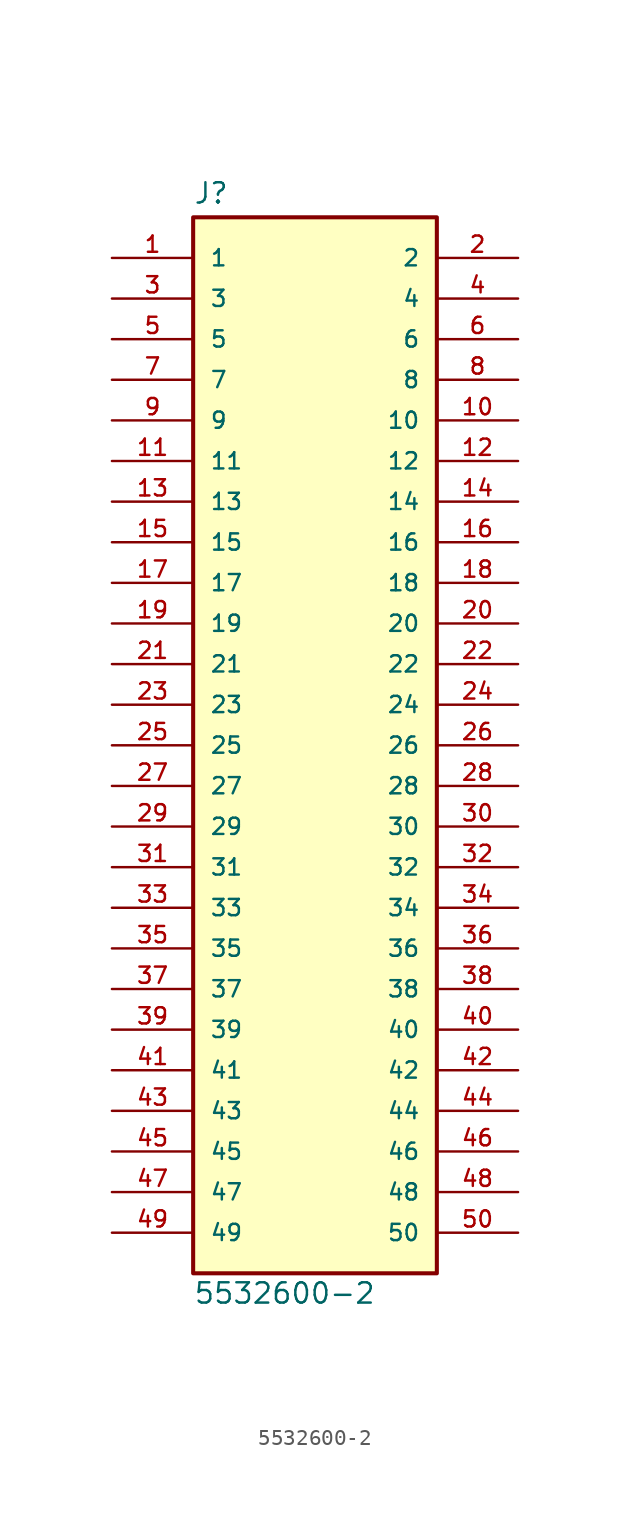
<source format=kicad_sym>
(kicad_symbol_lib
  (version 20211014)
  (generator kicad_symbol_editor)
  (symbol "5532600-2"
    (pin_names
      (offset 1.016))
    (property "Reference" "J"
      (at -7.62 33.782 0)
      (effects (font (size 1.27 1.27)) (justify bottom left)))
    (property "Value" "5532600-2"
      (at -7.62 -33.528 0)
      (effects (font (size 1.27 1.27)) (justify top left)))
    (symbol "5532600-2_0_0"
      (rectangle (start -7.62 -33.02) (end 7.62 33.02) (stroke (width 0.254)) (fill (type background)))
      (pin passive line (at -12.7 30.48 0) (length 5.08) (name "1" (effects (font (size 1.016 1.016)))) (number "1" (effects (font (size 1.016 1.016)))))
      (pin passive line (at 12.7 30.48 180.0) (length 5.08) (name "2" (effects (font (size 1.016 1.016)))) (number "2" (effects (font (size 1.016 1.016)))))
      (pin passive line (at -12.7 27.94 0) (length 5.08) (name "3" (effects (font (size 1.016 1.016)))) (number "3" (effects (font (size 1.016 1.016)))))
      (pin passive line (at 12.7 27.94 180.0) (length 5.08) (name "4" (effects (font (size 1.016 1.016)))) (number "4" (effects (font (size 1.016 1.016)))))
      (pin passive line (at -12.7 25.4 0) (length 5.08) (name "5" (effects (font (size 1.016 1.016)))) (number "5" (effects (font (size 1.016 1.016)))))
      (pin passive line (at 12.7 25.4 180.0) (length 5.08) (name "6" (effects (font (size 1.016 1.016)))) (number "6" (effects (font (size 1.016 1.016)))))
      (pin passive line (at -12.7 22.86 0) (length 5.08) (name "7" (effects (font (size 1.016 1.016)))) (number "7" (effects (font (size 1.016 1.016)))))
      (pin passive line (at 12.7 22.86 180.0) (length 5.08) (name "8" (effects (font (size 1.016 1.016)))) (number "8" (effects (font (size 1.016 1.016)))))
      (pin passive line (at -12.7 20.32 0) (length 5.08) (name "9" (effects (font (size 1.016 1.016)))) (number "9" (effects (font (size 1.016 1.016)))))
      (pin passive line (at 12.7 20.32 180.0) (length 5.08) (name "10" (effects (font (size 1.016 1.016)))) (number "10" (effects (font (size 1.016 1.016)))))
      (pin passive line (at -12.7 17.78 0) (length 5.08) (name "11" (effects (font (size 1.016 1.016)))) (number "11" (effects (font (size 1.016 1.016)))))
      (pin passive line (at 12.7 17.78 180.0) (length 5.08) (name "12" (effects (font (size 1.016 1.016)))) (number "12" (effects (font (size 1.016 1.016)))))
      (pin passive line (at -12.7 15.24 0) (length 5.08) (name "13" (effects (font (size 1.016 1.016)))) (number "13" (effects (font (size 1.016 1.016)))))
      (pin passive line (at 12.7 15.24 180.0) (length 5.08) (name "14" (effects (font (size 1.016 1.016)))) (number "14" (effects (font (size 1.016 1.016)))))
      (pin passive line (at -12.7 12.7 0) (length 5.08) (name "15" (effects (font (size 1.016 1.016)))) (number "15" (effects (font (size 1.016 1.016)))))
      (pin passive line (at 12.7 12.7 180.0) (length 5.08) (name "16" (effects (font (size 1.016 1.016)))) (number "16" (effects (font (size 1.016 1.016)))))
      (pin passive line (at -12.7 10.16 0) (length 5.08) (name "17" (effects (font (size 1.016 1.016)))) (number "17" (effects (font (size 1.016 1.016)))))
      (pin passive line (at 12.7 10.16 180.0) (length 5.08) (name "18" (effects (font (size 1.016 1.016)))) (number "18" (effects (font (size 1.016 1.016)))))
      (pin passive line (at -12.7 7.62 0) (length 5.08) (name "19" (effects (font (size 1.016 1.016)))) (number "19" (effects (font (size 1.016 1.016)))))
      (pin passive line (at 12.7 7.62 180.0) (length 5.08) (name "20" (effects (font (size 1.016 1.016)))) (number "20" (effects (font (size 1.016 1.016)))))
      (pin passive line (at -12.7 5.08 0) (length 5.08) (name "21" (effects (font (size 1.016 1.016)))) (number "21" (effects (font (size 1.016 1.016)))))
      (pin passive line (at 12.7 5.08 180.0) (length 5.08) (name "22" (effects (font (size 1.016 1.016)))) (number "22" (effects (font (size 1.016 1.016)))))
      (pin passive line (at -12.7 2.54 0) (length 5.08) (name "23" (effects (font (size 1.016 1.016)))) (number "23" (effects (font (size 1.016 1.016)))))
      (pin passive line (at 12.7 2.54 180.0) (length 5.08) (name "24" (effects (font (size 1.016 1.016)))) (number "24" (effects (font (size 1.016 1.016)))))
      (pin passive line (at -12.7 0.0 0) (length 5.08) (name "25" (effects (font (size 1.016 1.016)))) (number "25" (effects (font (size 1.016 1.016)))))
      (pin passive line (at 12.7 0.0 180.0) (length 5.08) (name "26" (effects (font (size 1.016 1.016)))) (number "26" (effects (font (size 1.016 1.016)))))
      (pin passive line (at -12.7 -2.54 0) (length 5.08) (name "27" (effects (font (size 1.016 1.016)))) (number "27" (effects (font (size 1.016 1.016)))))
      (pin passive line (at 12.7 -2.54 180.0) (length 5.08) (name "28" (effects (font (size 1.016 1.016)))) (number "28" (effects (font (size 1.016 1.016)))))
      (pin passive line (at -12.7 -5.08 0) (length 5.08) (name "29" (effects (font (size 1.016 1.016)))) (number "29" (effects (font (size 1.016 1.016)))))
      (pin passive line (at 12.7 -5.08 180.0) (length 5.08) (name "30" (effects (font (size 1.016 1.016)))) (number "30" (effects (font (size 1.016 1.016)))))
      (pin passive line (at -12.7 -7.62 0) (length 5.08) (name "31" (effects (font (size 1.016 1.016)))) (number "31" (effects (font (size 1.016 1.016)))))
      (pin passive line (at 12.7 -7.62 180.0) (length 5.08) (name "32" (effects (font (size 1.016 1.016)))) (number "32" (effects (font (size 1.016 1.016)))))
      (pin passive line (at -12.7 -10.16 0) (length 5.08) (name "33" (effects (font (size 1.016 1.016)))) (number "33" (effects (font (size 1.016 1.016)))))
      (pin passive line (at 12.7 -10.16 180.0) (length 5.08) (name "34" (effects (font (size 1.016 1.016)))) (number "34" (effects (font (size 1.016 1.016)))))
      (pin passive line (at -12.7 -12.7 0) (length 5.08) (name "35" (effects (font (size 1.016 1.016)))) (number "35" (effects (font (size 1.016 1.016)))))
      (pin passive line (at 12.7 -12.7 180.0) (length 5.08) (name "36" (effects (font (size 1.016 1.016)))) (number "36" (effects (font (size 1.016 1.016)))))
      (pin passive line (at -12.7 -15.24 0) (length 5.08) (name "37" (effects (font (size 1.016 1.016)))) (number "37" (effects (font (size 1.016 1.016)))))
      (pin passive line (at 12.7 -15.24 180.0) (length 5.08) (name "38" (effects (font (size 1.016 1.016)))) (number "38" (effects (font (size 1.016 1.016)))))
      (pin passive line (at -12.7 -17.78 0) (length 5.08) (name "39" (effects (font (size 1.016 1.016)))) (number "39" (effects (font (size 1.016 1.016)))))
      (pin passive line (at 12.7 -17.78 180.0) (length 5.08) (name "40" (effects (font (size 1.016 1.016)))) (number "40" (effects (font (size 1.016 1.016)))))
      (pin passive line (at -12.7 -20.32 0) (length 5.08) (name "41" (effects (font (size 1.016 1.016)))) (number "41" (effects (font (size 1.016 1.016)))))
      (pin passive line (at 12.7 -20.32 180.0) (length 5.08) (name "42" (effects (font (size 1.016 1.016)))) (number "42" (effects (font (size 1.016 1.016)))))
      (pin passive line (at -12.7 -22.86 0) (length 5.08) (name "43" (effects (font (size 1.016 1.016)))) (number "43" (effects (font (size 1.016 1.016)))))
      (pin passive line (at 12.7 -22.86 180.0) (length 5.08) (name "44" (effects (font (size 1.016 1.016)))) (number "44" (effects (font (size 1.016 1.016)))))
      (pin passive line (at -12.7 -25.4 0) (length 5.08) (name "45" (effects (font (size 1.016 1.016)))) (number "45" (effects (font (size 1.016 1.016)))))
      (pin passive line (at 12.7 -25.4 180.0) (length 5.08) (name "46" (effects (font (size 1.016 1.016)))) (number "46" (effects (font (size 1.016 1.016)))))
      (pin passive line (at -12.7 -27.94 0) (length 5.08) (name "47" (effects (font (size 1.016 1.016)))) (number "47" (effects (font (size 1.016 1.016)))))
      (pin passive line (at 12.7 -27.94 180.0) (length 5.08) (name "48" (effects (font (size 1.016 1.016)))) (number "48" (effects (font (size 1.016 1.016)))))
      (pin passive line (at -12.7 -30.48 0) (length 5.08) (name "49" (effects (font (size 1.016 1.016)))) (number "49" (effects (font (size 1.016 1.016)))))
      (pin passive line (at 12.7 -30.48 180.0) (length 5.08) (name "50" (effects (font (size 1.016 1.016)))) (number "50" (effects (font (size 1.016 1.016))))))))
</source>
